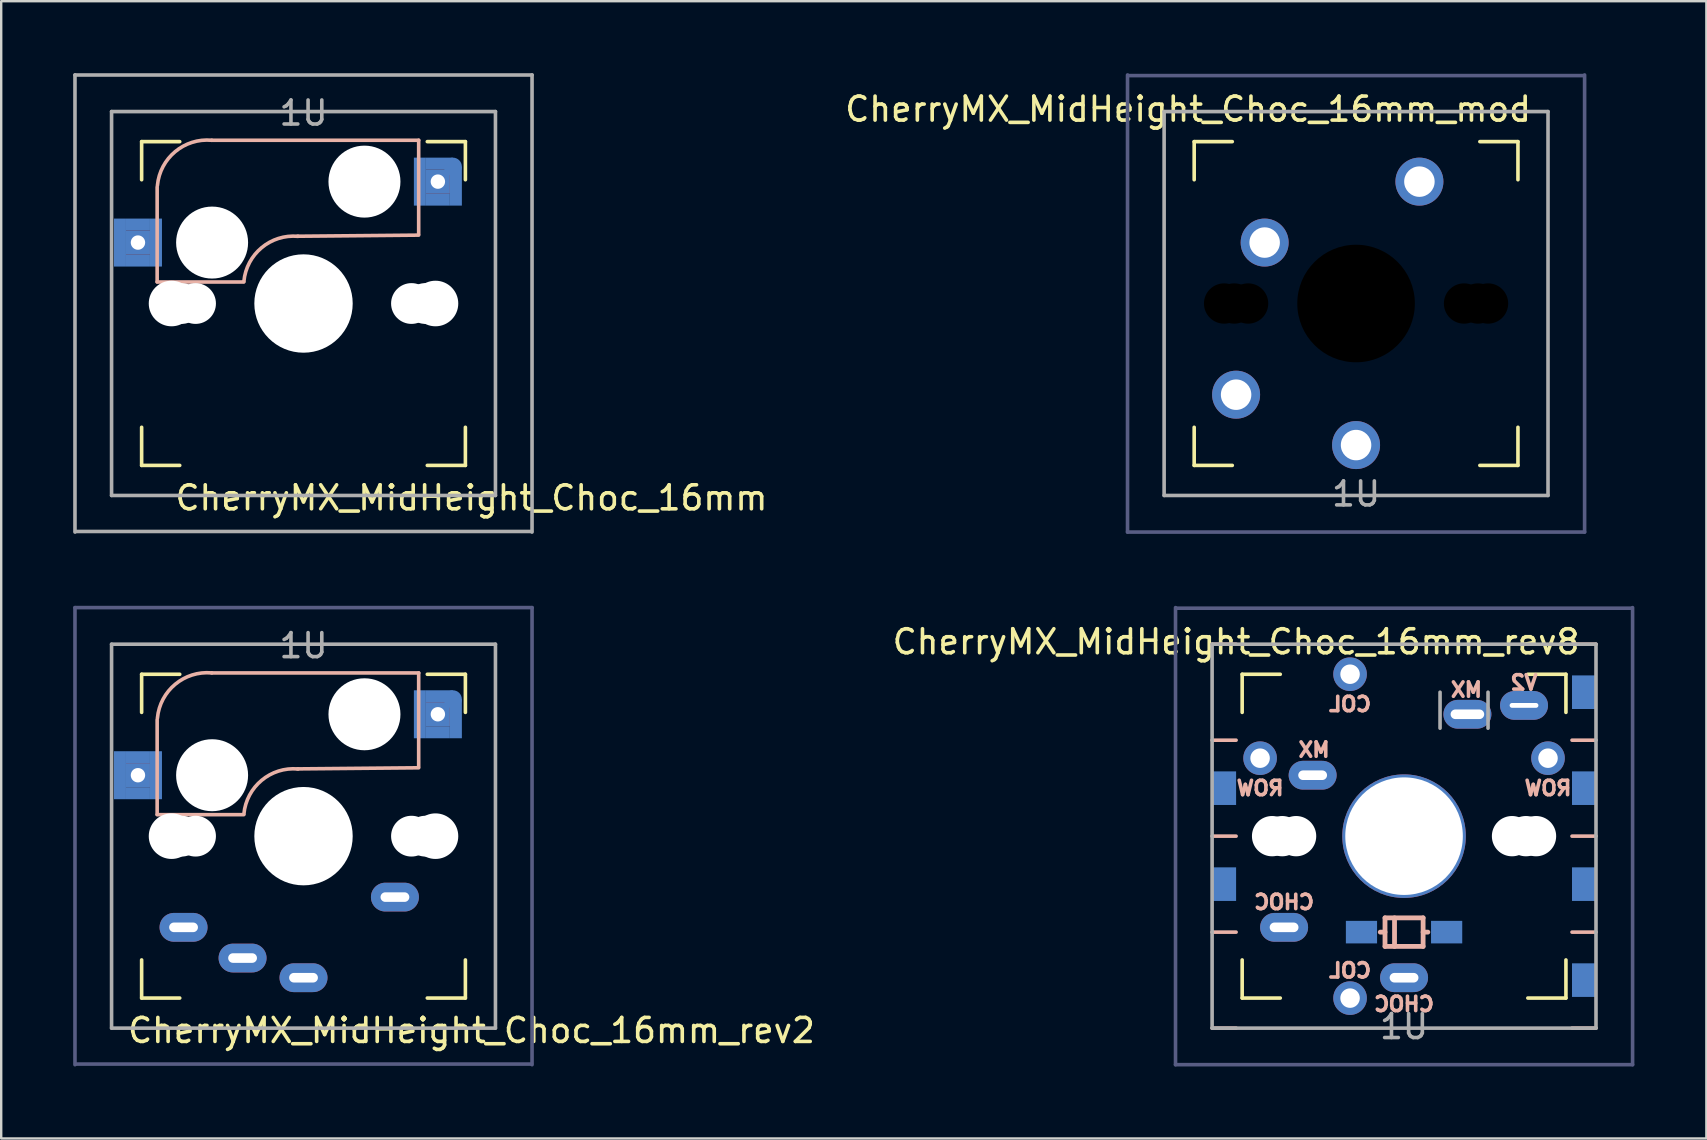
<source format=kicad_pcb>
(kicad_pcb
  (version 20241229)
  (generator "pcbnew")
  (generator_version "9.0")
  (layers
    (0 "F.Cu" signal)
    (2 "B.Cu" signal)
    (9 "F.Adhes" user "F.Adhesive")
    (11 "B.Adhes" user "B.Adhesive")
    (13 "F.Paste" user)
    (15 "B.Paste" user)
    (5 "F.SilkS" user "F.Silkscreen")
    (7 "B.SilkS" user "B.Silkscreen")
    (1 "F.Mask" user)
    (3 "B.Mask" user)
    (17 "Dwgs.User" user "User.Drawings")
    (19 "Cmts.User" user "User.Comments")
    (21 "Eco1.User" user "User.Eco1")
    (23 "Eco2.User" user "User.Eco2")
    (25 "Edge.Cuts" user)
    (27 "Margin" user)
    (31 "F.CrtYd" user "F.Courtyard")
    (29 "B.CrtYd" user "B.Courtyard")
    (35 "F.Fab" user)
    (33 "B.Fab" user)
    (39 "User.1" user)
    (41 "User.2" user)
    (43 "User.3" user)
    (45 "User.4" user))
  (footprint "CherryMX_MidHeight_Choc_16mm_rev8"
    (layer "F.Cu")
    (at 55.469 31.8)
    (property "Reference" "CherryMX_MidHeight_Choc_16mm_rev8" (at -7 -8.1 180) (layer "F.SilkS") (effects (font (size 1 1) (thickness 0.15))))
    (attr through_hole)
    (fp_line (start -6.747 -6.747) (end -5.159 -6.747) (stroke (width 0.15) (type solid)) (layer "F.SilkS"))
    (fp_line (start -6.747 -5.159) (end -6.747 -6.747) (stroke (width 0.15) (type solid)) (layer "F.SilkS"))
    (fp_line (start -6.747 6.747) (end -6.747 5.159) (stroke (width 0.15) (type solid)) (layer "F.SilkS"))
    (fp_line (start -5.159 6.747) (end -6.747 6.747) (stroke (width 0.15) (type solid)) (layer "F.SilkS"))
    (fp_line (start 5.159 -6.747) (end 6.747 -6.747) (stroke (width 0.15) (type solid)) (layer "F.SilkS"))
    (fp_line (start 6.747 -6.747) (end 6.747 -5.159) (stroke (width 0.15) (type solid)) (layer "F.SilkS"))
    (fp_line (start 6.747 5.159) (end 6.747 6.747) (stroke (width 0.15) (type solid)) (layer "F.SilkS"))
    (fp_line (start 6.747 6.747) (end 5.159 6.747) (stroke (width 0.15) (type solid)) (layer "F.SilkS"))
    (fp_line (start -7 -8) (end -8 -8) (stroke (width 0.15) (type solid)) (layer "B.SilkS"))
    (fp_line (start -7 -4) (end -8 -4) (stroke (width 0.15) (type solid)) (layer "B.SilkS"))
    (fp_line (start -7 0) (end -8 0) (stroke (width 0.15) (type solid)) (layer "B.SilkS"))
    (fp_line (start -7 4) (end -8 4) (stroke (width 0.15) (type solid)) (layer "B.SilkS"))
    (fp_line (start -7 8) (end -8 8) (stroke (width 0.15) (type solid)) (layer "B.SilkS"))
    (fp_line (start -0.992 4) (end -0.794 4) (stroke (width 0.2) (type solid)) (layer "B.SilkS"))
    (fp_line (start -0.794 3.405) (end -0.794 4.595) (stroke (width 0.2) (type solid)) (layer "B.SilkS"))
    (fp_line (start -0.794 4.595) (end 0.794 4.595) (stroke (width 0.2) (type solid)) (layer "B.SilkS"))
    (fp_line (start -0.397 4.595) (end -0.397 3.405) (stroke (width 0.2) (type solid)) (layer "B.SilkS"))
    (fp_line (start 0.794 3.405) (end -0.794 3.405) (stroke (width 0.2) (type solid)) (layer "B.SilkS"))
    (fp_line (start 0.794 4) (end 0.992 4) (stroke (width 0.2) (type solid)) (layer "B.SilkS"))
    (fp_line (start 0.794 4.595) (end 0.794 3.405) (stroke (width 0.2) (type solid)) (layer "B.SilkS"))
    (fp_line (start 8 -8) (end 7 -8) (stroke (width 0.15) (type solid)) (layer "B.SilkS"))
    (fp_line (start 8 -4) (end 7 -4) (stroke (width 0.15) (type solid)) (layer "B.SilkS"))
    (fp_line (start 8 0) (end 7 0) (stroke (width 0.15) (type solid)) (layer "B.SilkS"))
    (fp_line (start 8 4) (end 7 4) (stroke (width 0.15) (type solid)) (layer "B.SilkS"))
    (fp_line (start 8 8) (end 7 8) (stroke (width 0.15) (type solid)) (layer "B.SilkS"))
    (fp_line (start -9.525 9.525) (end -9.525 -9.525) (stroke (width 0.15) (type solid)) (layer "B.Fab"))
    (fp_line (start -9.5 -9.5) (end 9.5 -9.5) (stroke (width 0.15) (type solid)) (layer "B.Fab"))
    (fp_line (start 9.525 -9.525) (end 9.525 9.525) (stroke (width 0.15) (type solid)) (layer "B.Fab"))
    (fp_line (start 9.525 9.525) (end -9.525 9.525) (stroke (width 0.15) (type solid)) (layer "B.Fab"))
    (fp_line (start -8 -8) (end 8 -8) (stroke (width 0.15) (type solid)) (layer "F.Fab"))
    (fp_line (start -8 8) (end -8 -8) (stroke (width 0.15) (type solid)) (layer "F.Fab"))
    (fp_line (start 1.5 -6) (end 1.5 -4.5) (stroke (width 0.15) (type solid)) (layer "F.Fab"))
    (fp_line (start 3.5 -6) (end 3.5 -4.5) (stroke (width 0.15) (type solid)) (layer "F.Fab"))
    (fp_line (start 8 -8) (end 8 8) (stroke (width 0.15) (type solid)) (layer "F.Fab"))
    (fp_line (start 8 8) (end -8 8) (stroke (width 0.15) (type solid)) (layer "F.Fab"))
    (fp_text user "V2" (at 5 -6.4 0) (unlocked yes) (layer "B.SilkS") (effects (font (size 0.6 0.6) (thickness 0.15)) (justify mirror)))
    (fp_text user "MX" (at -3.75 -3.6 0) (unlocked yes) (layer "B.SilkS") (effects (font (size 0.6 0.6) (thickness 0.15)) (justify mirror)))
    (fp_text user "ROW" (at 6 -2 0) (unlocked yes) (layer "B.SilkS") (effects (font (size 0.6 0.6) (thickness 0.15)) (justify mirror)))
    (fp_text user "COL" (at -2.25 -5.5 0) (unlocked yes) (layer "B.SilkS") (effects (font (size 0.6 0.6) (thickness 0.15)) (justify mirror)))
    (fp_text user "CHOC" (at -5 2.75 0) (unlocked yes) (layer "B.SilkS") (effects (font (size 0.6 0.6) (thickness 0.15)) (justify mirror)))
    (fp_text user "MX" (at 2.6 -6.1 0) (unlocked yes) (layer "B.SilkS") (effects (font (size 0.6 0.6) (thickness 0.15)) (justify mirror)))
    (fp_text user "CHOC" (at 0 7 0) (unlocked yes) (layer "B.SilkS") (effects (font (size 0.6 0.6) (thickness 0.15)) (justify mirror)))
    (fp_text user "ROW" (at -6 -2 0) (unlocked yes) (layer "B.SilkS") (effects (font (size 0.6 0.6) (thickness 0.15)) (justify mirror)))
    (fp_text user "COL" (at -2.25 5.6 0) (unlocked yes) (layer "B.SilkS") (effects (font (size 0.6 0.6) (thickness 0.15)) (justify mirror)))
    (fp_text user "1U" (at 0 7.938 180) (layer "F.Fab") (effects (font (size 1 1) (thickness 0.15))))
    (pad "" np_thru_hole circle (at -5.5 0 180) (size 1.68 1.68) (drill 1.68) (layers "*.Cu" "*.Mask"))
    (pad "" np_thru_hole circle (at -5.08 0 180) (size 1.68 1.68) (drill 1.68) (layers "*.Cu" "*.Mask"))
    (pad "" np_thru_hole circle (at -4.5 0 180) (size 1.68 1.68) (drill 1.68) (layers "*.Cu" "*.Mask"))
    (pad "" np_thru_hole circle (at 0 0 270) (size 5.15 5.15) (drill 4.9) (layers "*.Cu" "*.Mask"))
    (pad "" np_thru_hole circle (at 4.5 0 180) (size 1.68 1.68) (drill 1.68) (layers "*.Cu" "*.Mask"))
    (pad "" thru_hole oval (at 5 -5.45 180) (size 2 1.2) (drill oval 1.2 0.2) (layers "*.Cu" "B.Mask"))
    (pad "" np_thru_hole circle (at 5.08 0 180) (size 1.68 1.68) (drill 1.68) (layers "*.Cu" "*.Mask"))
    (pad "" np_thru_hole circle (at 5.5 0 180) (size 1.68 1.68) (drill 1.68) (layers "*.Cu" "*.Mask"))
    (pad "0" thru_hole oval (at 0 5.9 180) (size 2 1.2) (drill oval 1.2 0.4) (layers "*.Cu" "B.Mask"))
    (pad "0" smd rect (at 1.775 4) (size 1.3 0.94) (layers "B.Cu" "B.Mask" "B.Paste"))
    (pad "0" thru_hole oval (at 2.64 -5.08) (size 2 1.2) (drill oval 1.4 0.4) (layers "*.Cu" "B.Mask"))
    (pad "1" thru_hole oval (at -5 3.8 180) (size 2 1.2) (drill oval 1.2 0.4) (layers "*.Cu" "B.Mask"))
    (pad "1" thru_hole oval (at -3.81 -2.54) (size 2 1.2) (drill oval 1.2 0.4) (layers "*.Cu" "B.Mask"))
    (pad "1" thru_hole circle (at -2.25 -6.75 90) (size 1.4 1.4) (drill 0.813) (layers "*.Cu" "B.Mask"))
    (pad "1" thru_hole circle (at -2.25 6.75 90) (size 1.4 1.4) (drill 0.813) (layers "*.Cu" "B.Mask"))
    (pad "2" smd rect (at -7.5 -2) (size 1 1.4) (layers "B.Cu" "B.Mask" "B.Paste"))
    (pad "2" smd rect (at -7.5 2) (size 1 1.4) (layers "B.Cu" "B.Mask" "B.Paste"))
    (pad "2" thru_hole circle (at -6 -3.25 90) (size 1.4 1.4) (drill 0.813) (layers "*.Cu" "B.Mask"))
    (pad "2" smd rect (at -1.775 4) (size 1.3 0.94) (layers "B.Cu" "B.Mask" "B.Paste"))
    (pad "2" thru_hole circle (at 6 -3.25 90) (size 1.4 1.4) (drill 0.813) (layers "*.Cu" "B.Mask"))
    (pad "2" smd rect (at 7.5 -6) (size 1 1.4) (layers "B.Cu" "B.Mask" "B.Paste"))
    (pad "2" smd rect (at 7.5 -2) (size 1 1.4) (layers "B.Cu" "B.Mask" "B.Paste"))
    (pad "2" smd rect (at 7.5 2) (size 1 1.4) (layers "B.Cu" "B.Mask" "B.Paste"))
    (pad "2" smd rect (at 7.5 6) (size 1 1.4) (layers "B.Cu" "B.Mask" "B.Paste")))
  (footprint "CherryMX_MidHeight_Choc_16mm_mod"
    (layer "F.Cu")
    (at 53.469 9.6)
    (property "Reference" "CherryMX_MidHeight_Choc_16mm_mod" (at -7 -8.1 180) (layer "F.SilkS") (effects (font (size 1 1) (thickness 0.15))))
    (attr through_hole)
    (fp_line (start -6.747 -6.747) (end -5.159 -6.747) (stroke (width 0.15) (type solid)) (layer "F.SilkS"))
    (fp_line (start -6.747 -5.159) (end -6.747 -6.747) (stroke (width 0.15) (type solid)) (layer "F.SilkS"))
    (fp_line (start -6.747 6.747) (end -6.747 5.159) (stroke (width 0.15) (type solid)) (layer "F.SilkS"))
    (fp_line (start -5.159 6.747) (end -6.747 6.747) (stroke (width 0.15) (type solid)) (layer "F.SilkS"))
    (fp_line (start 5.159 -6.747) (end 6.747 -6.747) (stroke (width 0.15) (type solid)) (layer "F.SilkS"))
    (fp_line (start 6.747 -6.747) (end 6.747 -5.159) (stroke (width 0.15) (type solid)) (layer "F.SilkS"))
    (fp_line (start 6.747 5.159) (end 6.747 6.747) (stroke (width 0.15) (type solid)) (layer "F.SilkS"))
    (fp_line (start 6.747 6.747) (end 5.159 6.747) (stroke (width 0.15) (type solid)) (layer "F.SilkS"))
    (fp_line (start -9.525 9.525) (end -9.525 -9.525) (stroke (width 0.15) (type solid)) (layer "B.Fab"))
    (fp_line (start -9.5 -9.5) (end 9.5 -9.5) (stroke (width 0.15) (type solid)) (layer "B.Fab"))
    (fp_line (start 9.525 -9.525) (end 9.525 9.525) (stroke (width 0.15) (type solid)) (layer "B.Fab"))
    (fp_line (start 9.525 9.525) (end -9.525 9.525) (stroke (width 0.15) (type solid)) (layer "B.Fab"))
    (fp_line (start -8 -8) (end 8 -8) (stroke (width 0.15) (type solid)) (layer "F.Fab"))
    (fp_line (start -8 8) (end -8 -8) (stroke (width 0.15) (type solid)) (layer "F.Fab"))
    (fp_line (start 8 -8) (end 8 8) (stroke (width 0.15) (type solid)) (layer "F.Fab"))
    (fp_line (start 8 8) (end -8 8) (stroke (width 0.15) (type solid)) (layer "F.Fab"))
    (fp_text user "1U" (at 0 7.938 180) (layer "F.Fab") (effects (font (size 1 1) (thickness 0.15))))
    (pad "" np_thru_hole circle (at -5.5 0) (size 1.68 1.68) (drill 1.68) (layers "*.Mask"))
    (pad "" np_thru_hole circle (at -5.08 0) (size 1.68 1.68) (drill 1.68) (layers "*.Mask"))
    (pad "" np_thru_hole circle (at -4.5 0) (size 1.68 1.68) (drill 1.68) (layers "*.Mask"))
    (pad "" np_thru_hole circle (at 0 0) (size 4.9 4.9) (drill 4.9) (layers "*.Mask"))
    (pad "" np_thru_hole circle (at 4.5 0) (size 1.68 1.68) (drill 1.68) (layers "*.Mask"))
    (pad "" np_thru_hole circle (at 5.08 0) (size 1.68 1.68) (drill 1.68) (layers "*.Mask"))
    (pad "" np_thru_hole circle (at 5.5 0) (size 1.68 1.68) (drill 1.68) (layers "*.Mask"))
    (pad "1" thru_hole circle (at 0 5.9 180) (size 2 2) (drill 1.27) (layers "*.Cu" "*.Mask"))
    (pad "1" thru_hole circle (at 2.64 -5.08) (size 2 2) (drill 1.27) (layers "*.Cu" "*.Mask"))
    (pad "2" thru_hole circle (at -5 3.8 180) (size 2 2) (drill 1.27) (layers "*.Cu" "*.Mask"))
    (pad "2" thru_hole circle (at -3.81 -2.54) (size 2 2) (drill 1.27) (layers "*.Cu" "*.Mask")))
  (footprint "CherryMX_MidHeight_Choc_16mm"
    (layer "F.Cu")
    (at 9.6 9.6)
    (property "Reference" "CherryMX_MidHeight_Choc_16mm" (at 7 8.1 0) (layer "F.SilkS") (effects (font (size 1 1) (thickness 0.15))))
    (attr through_hole)
    (fp_line (start -6.747 -6.747) (end -5.159 -6.747) (stroke (width 0.15) (type solid)) (layer "F.SilkS"))
    (fp_line (start -6.747 -5.159) (end -6.747 -6.747) (stroke (width 0.15) (type solid)) (layer "F.SilkS"))
    (fp_line (start -6.747 6.747) (end -6.747 5.159) (stroke (width 0.15) (type solid)) (layer "F.SilkS"))
    (fp_line (start -5.159 6.747) (end -6.747 6.747) (stroke (width 0.15) (type solid)) (layer "F.SilkS"))
    (fp_line (start 5.159 -6.747) (end 6.747 -6.747) (stroke (width 0.15) (type solid)) (layer "F.SilkS"))
    (fp_line (start 6.747 -6.747) (end 6.747 -5.159) (stroke (width 0.15) (type solid)) (layer "F.SilkS"))
    (fp_line (start 6.747 5.159) (end 6.747 6.747) (stroke (width 0.15) (type solid)) (layer "F.SilkS"))
    (fp_line (start 6.747 6.747) (end 5.159 6.747) (stroke (width 0.15) (type solid)) (layer "F.SilkS"))
    (fp_line (start -6.1 -4.85) (end -6.1 -0.905) (stroke (width 0.15) (type solid)) (layer "B.SilkS"))
    (fp_line (start -6.1 -0.896) (end -2.49 -0.896) (stroke (width 0.15) (type solid)) (layer "B.SilkS"))
    (fp_line (start 4.8 -6.804) (end -3.825 -6.804) (stroke (width 0.15) (type solid)) (layer "B.SilkS"))
    (fp_line (start 4.8 -2.896) (end 4.8 -6.804) (stroke (width 0.15) (type solid)) (layer "B.SilkS"))
    (fp_line (start 4.8 -2.85) (end -0.25 -2.804) (stroke (width 0.15) (type solid)) (layer "B.SilkS"))
    (fp_arc (start -6.089 -4.92) (mid -5.347189 -6.33089) (end -3.825 -6.804) (stroke (width 0.15) (type solid)) (layer "B.SilkS"))
    (fp_arc (start -2.485 -0.92) (mid -1.744361 -2.328061) (end -0.225 -2.8) (stroke (width 0.15) (type solid)) (layer "B.SilkS"))
    (fp_line (start -9.525 -9.525) (end 9.525 -9.525) (stroke (width 0.15) (type solid)) (layer "F.Fab"))
    (fp_line (start -9.525 9.525) (end -9.525 -9.525) (stroke (width 0.15) (type solid)) (layer "F.Fab"))
    (fp_line (start -8 -8) (end 8 -8) (stroke (width 0.15) (type solid)) (layer "F.Fab"))
    (fp_line (start -8 8) (end -8 -8) (stroke (width 0.15) (type solid)) (layer "F.Fab"))
    (fp_line (start 8 -8) (end 8 8) (stroke (width 0.15) (type solid)) (layer "F.Fab"))
    (fp_line (start 8 8) (end -8 8) (stroke (width 0.15) (type solid)) (layer "F.Fab"))
    (fp_line (start 9.5 9.5) (end -9.5 9.5) (stroke (width 0.15) (type solid)) (layer "F.Fab"))
    (fp_line (start 9.525 -9.525) (end 9.525 9.525) (stroke (width 0.15) (type solid)) (layer "F.Fab"))
    (fp_text user "1U" (at 0 -7.938 0) (layer "F.Fab") (effects (font (size 1 1) (thickness 0.15))))
    (pad "" np_thru_hole circle (at -5.5 0 90) (size 1.9 1.9) (drill 1.9) (layers "*.Cu" "*.Mask"))
    (pad "" np_thru_hole circle (at -5.08 0) (size 1.7 1.7) (drill 1.7) (layers "*.Cu" "*.Mask"))
    (pad "" np_thru_hole circle (at -4.5 0) (size 1.7 1.7) (drill 1.7) (layers "*.Cu" "*.Mask"))
    (pad "" np_thru_hole circle (at -3.81 -2.54 180) (size 3 3) (drill 3) (layers "*.Cu" "*.Mask"))
    (pad "" np_thru_hole circle (at 0 0 90) (size 4.1 4.1) (drill 4.1) (layers "*.Cu" "*.Mask"))
    (pad "" np_thru_hole circle (at 2.54 -5.08 180) (size 3 3) (drill 3) (layers "*.Cu" "*.Mask"))
    (pad "" np_thru_hole circle (at 4.5 0) (size 1.7 1.7) (drill 1.7) (layers "*.Cu" "*.Mask"))
    (pad "" np_thru_hole circle (at 5.08 0) (size 1.7 1.7) (drill 1.7) (layers "*.Cu" "*.Mask"))
    (pad "" np_thru_hole circle (at 5.5 0 90) (size 1.9 1.9) (drill 1.9) (layers "*.Cu" "*.Mask"))
    (pad "1" smd rect (at -7.65 -2.54 180) (size 0.5 2) (layers "B.Cu" "B.Mask" "B.Paste"))
    (pad "1" smd rect (at -6.9 -3.29 180) (size 1 0.5) (layers "B.Cu" "B.Mask" "B.Paste"))
    (pad "1" thru_hole rect (at -6.9 -2.54) (size 1 1) (drill 0.6) (layers "*.Cu" "B.Mask"))
    (pad "1" smd rect (at -6.9 -1.79 180) (size 1 0.5) (layers "B.Cu" "B.Mask" "B.Paste"))
    (pad "1" smd rect (at -6.15 -2.54 180) (size 0.5 2) (layers "B.Cu" "B.Mask" "B.Paste"))
    (pad "2" smd rect (at 4.85 -5.08 180) (size 0.5 2) (layers "B.Cu" "B.Mask" "B.Paste"))
    (pad "2" thru_hole rect (at 5.6 -5.08) (size 1 1) (drill 0.6) (layers "*.Cu" "B.Mask"))
    (pad "2" smd rect (at 5.6 -4.33 180) (size 1 0.5) (layers "B.Cu" "B.Mask" "B.Paste"))
    (pad "2" smd rect (at 5.661 -5.83 180) (size 1.125 0.5) (layers "B.Cu" "B.Mask" "B.Paste"))
    (pad "2" smd circle (at 6.225 -5.705 180) (size 0.75 0.75) (layers "B.Cu" "B.Mask" "B.Paste"))
    (pad "2" smd rect (at 6.35 -4.893 180) (size 0.5 1.625) (layers "B.Cu" "B.Mask" "B.Paste")))
  (footprint "CherryMX_MidHeight_Choc_16mm_rev2"
    (layer "F.Cu")
    (at 9.6 31.8)
    (property "Reference" "CherryMX_MidHeight_Choc_16mm_rev2" (at 7 8.1 0) (layer "F.SilkS") (effects (font (size 1 1) (thickness 0.15))))
    (attr through_hole)
    (fp_line (start -6.747 -6.747) (end -5.159 -6.747) (stroke (width 0.15) (type solid)) (layer "F.SilkS"))
    (fp_line (start -6.747 -5.159) (end -6.747 -6.747) (stroke (width 0.15) (type solid)) (layer "F.SilkS"))
    (fp_line (start -6.747 6.747) (end -6.747 5.159) (stroke (width 0.15) (type solid)) (layer "F.SilkS"))
    (fp_line (start -5.159 6.747) (end -6.747 6.747) (stroke (width 0.15) (type solid)) (layer "F.SilkS"))
    (fp_line (start 5.159 -6.747) (end 6.747 -6.747) (stroke (width 0.15) (type solid)) (layer "F.SilkS"))
    (fp_line (start 6.747 -6.747) (end 6.747 -5.159) (stroke (width 0.15) (type solid)) (layer "F.SilkS"))
    (fp_line (start 6.747 5.159) (end 6.747 6.747) (stroke (width 0.15) (type solid)) (layer "F.SilkS"))
    (fp_line (start 6.747 6.747) (end 5.159 6.747) (stroke (width 0.15) (type solid)) (layer "F.SilkS"))
    (fp_line (start -6.1 -4.85) (end -6.1 -0.905) (stroke (width 0.15) (type solid)) (layer "B.SilkS"))
    (fp_line (start -6.1 -0.896) (end -2.49 -0.896) (stroke (width 0.15) (type solid)) (layer "B.SilkS"))
    (fp_line (start 4.8 -6.804) (end -3.825 -6.804) (stroke (width 0.15) (type solid)) (layer "B.SilkS"))
    (fp_line (start 4.8 -2.896) (end 4.8 -6.804) (stroke (width 0.15) (type solid)) (layer "B.SilkS"))
    (fp_line (start 4.8 -2.85) (end -0.25 -2.804) (stroke (width 0.15) (type solid)) (layer "B.SilkS"))
    (fp_arc (start -6.089 -4.92) (mid -5.347189 -6.33089) (end -3.825 -6.804) (stroke (width 0.15) (type solid)) (layer "B.SilkS"))
    (fp_arc (start -2.485 -0.92) (mid -1.744361 -2.328061) (end -0.225 -2.8) (stroke (width 0.15) (type solid)) (layer "B.SilkS"))
    (fp_line (start -9.525 -9.525) (end 9.525 -9.525) (stroke (width 0.15) (type solid)) (layer "B.Fab"))
    (fp_line (start -9.525 9.525) (end -9.525 -9.525) (stroke (width 0.15) (type solid)) (layer "B.Fab"))
    (fp_line (start 9.5 9.5) (end -9.5 9.5) (stroke (width 0.15) (type solid)) (layer "B.Fab"))
    (fp_line (start 9.525 -9.525) (end 9.525 9.525) (stroke (width 0.15) (type solid)) (layer "B.Fab"))
    (fp_line (start -8 -8) (end 8 -8) (stroke (width 0.15) (type solid)) (layer "F.Fab"))
    (fp_line (start -8 8) (end -8 -8) (stroke (width 0.15) (type solid)) (layer "F.Fab"))
    (fp_line (start 8 -8) (end 8 8) (stroke (width 0.15) (type solid)) (layer "F.Fab"))
    (fp_line (start 8 8) (end -8 8) (stroke (width 0.15) (type solid)) (layer "F.Fab"))
    (fp_text user "1U" (at 0 -7.938 0) (layer "F.Fab") (effects (font (size 1 1) (thickness 0.15))))
    (pad "" np_thru_hole circle (at -5.5 0) (size 1.702 1.702) (drill 1.702) (layers "*.Cu" "*.Mask"))
    (pad "" np_thru_hole circle (at -5.5 0 90) (size 1.9 1.9) (drill 1.9) (layers "*.Cu" "*.Mask"))
    (pad "" np_thru_hole circle (at -5.08 0) (size 1.7 1.7) (drill 1.7) (layers "*.Cu" "*.Mask"))
    (pad "" np_thru_hole circle (at -4.5 0) (size 1.7 1.7) (drill 1.7) (layers "*.Cu" "*.Mask"))
    (pad "" np_thru_hole circle (at -3.81 -2.54 180) (size 3 3) (drill 3) (layers "*.Cu" "*.Mask"))
    (pad "" np_thru_hole circle (at 0 0) (size 3.429 3.429) (drill 3.429) (layers "*.Cu" "*.Mask"))
    (pad "" np_thru_hole circle (at 0 0 90) (size 4.1 4.1) (drill 4.1) (layers "*.Cu" "*.Mask"))
    (pad "" np_thru_hole circle (at 2.54 -5.08 180) (size 3 3) (drill 3) (layers "*.Cu" "*.Mask"))
    (pad "" np_thru_hole circle (at 4.5 0) (size 1.7 1.7) (drill 1.7) (layers "*.Cu" "*.Mask"))
    (pad "" np_thru_hole circle (at 5.08 0) (size 1.7 1.7) (drill 1.7) (layers "*.Cu" "*.Mask"))
    (pad "" np_thru_hole circle (at 5.5 0) (size 1.702 1.702) (drill 1.702) (layers "*.Cu" "*.Mask"))
    (pad "" np_thru_hole circle (at 5.5 0 90) (size 1.9 1.9) (drill 1.9) (layers "*.Cu" "*.Mask"))
    (pad "1" smd rect (at -7.65 -2.54 180) (size 0.5 2) (layers "B.Cu" "B.Mask" "B.Paste"))
    (pad "1" smd rect (at -6.9 -3.29 180) (size 1 0.5) (layers "B.Cu" "B.Mask" "B.Paste"))
    (pad "1" thru_hole rect (at -6.9 -2.54) (size 1 1) (drill 0.6) (layers "*.Cu" "B.Mask"))
    (pad "1" smd rect (at -6.9 -1.79 180) (size 1 0.5) (layers "B.Cu" "B.Mask" "B.Paste"))
    (pad "1" smd rect (at -6.15 -2.54 180) (size 0.5 2) (layers "B.Cu" "B.Mask" "B.Paste"))
    (pad "1" thru_hole oval (at 0 5.9) (size 2 1.2) (drill oval 1.2 0.4) (layers "*.Cu" "B.Mask"))
    (pad "1" thru_hole oval (at 3.81 2.54 180) (size 2 1.2) (drill oval 1.2 0.4) (layers "*.Cu" "B.Mask"))
    (pad "2" thru_hole oval (at -5 3.8) (size 2 1.2) (drill oval 1.2 0.4) (layers "*.Cu" "B.Mask"))
    (pad "2" thru_hole oval (at -2.54 5.08 180) (size 2 1.2) (drill oval 1.2 0.4) (layers "*.Cu" "B.Mask"))
    (pad "2" smd rect (at 4.85 -5.08 180) (size 0.5 2) (layers "B.Cu" "B.Mask" "B.Paste"))
    (pad "2" thru_hole rect (at 5.6 -5.08) (size 1 1) (drill 0.6) (layers "*.Cu" "B.Mask"))
    (pad "2" smd rect (at 5.6 -4.33 180) (size 1 0.5) (layers "B.Cu" "B.Mask" "B.Paste"))
    (pad "2" smd rect (at 5.661 -5.83 180) (size 1.125 0.5) (layers "B.Cu" "B.Mask" "B.Paste"))
    (pad "2" smd circle (at 6.225 -5.705 180) (size 0.75 0.75) (layers "B.Cu" "B.Mask" "B.Paste"))
    (pad "2" smd rect (at 6.35 -4.893 180) (size 0.5 1.625) (layers "B.Cu" "B.Mask" "B.Paste")))
  (gr_rect
    (start -3 -3)
    (end 68.069 44.4)
    (stroke (width 0.1) (type default))
    (fill no)
    (layer "Edge.Cuts")))
</source>
